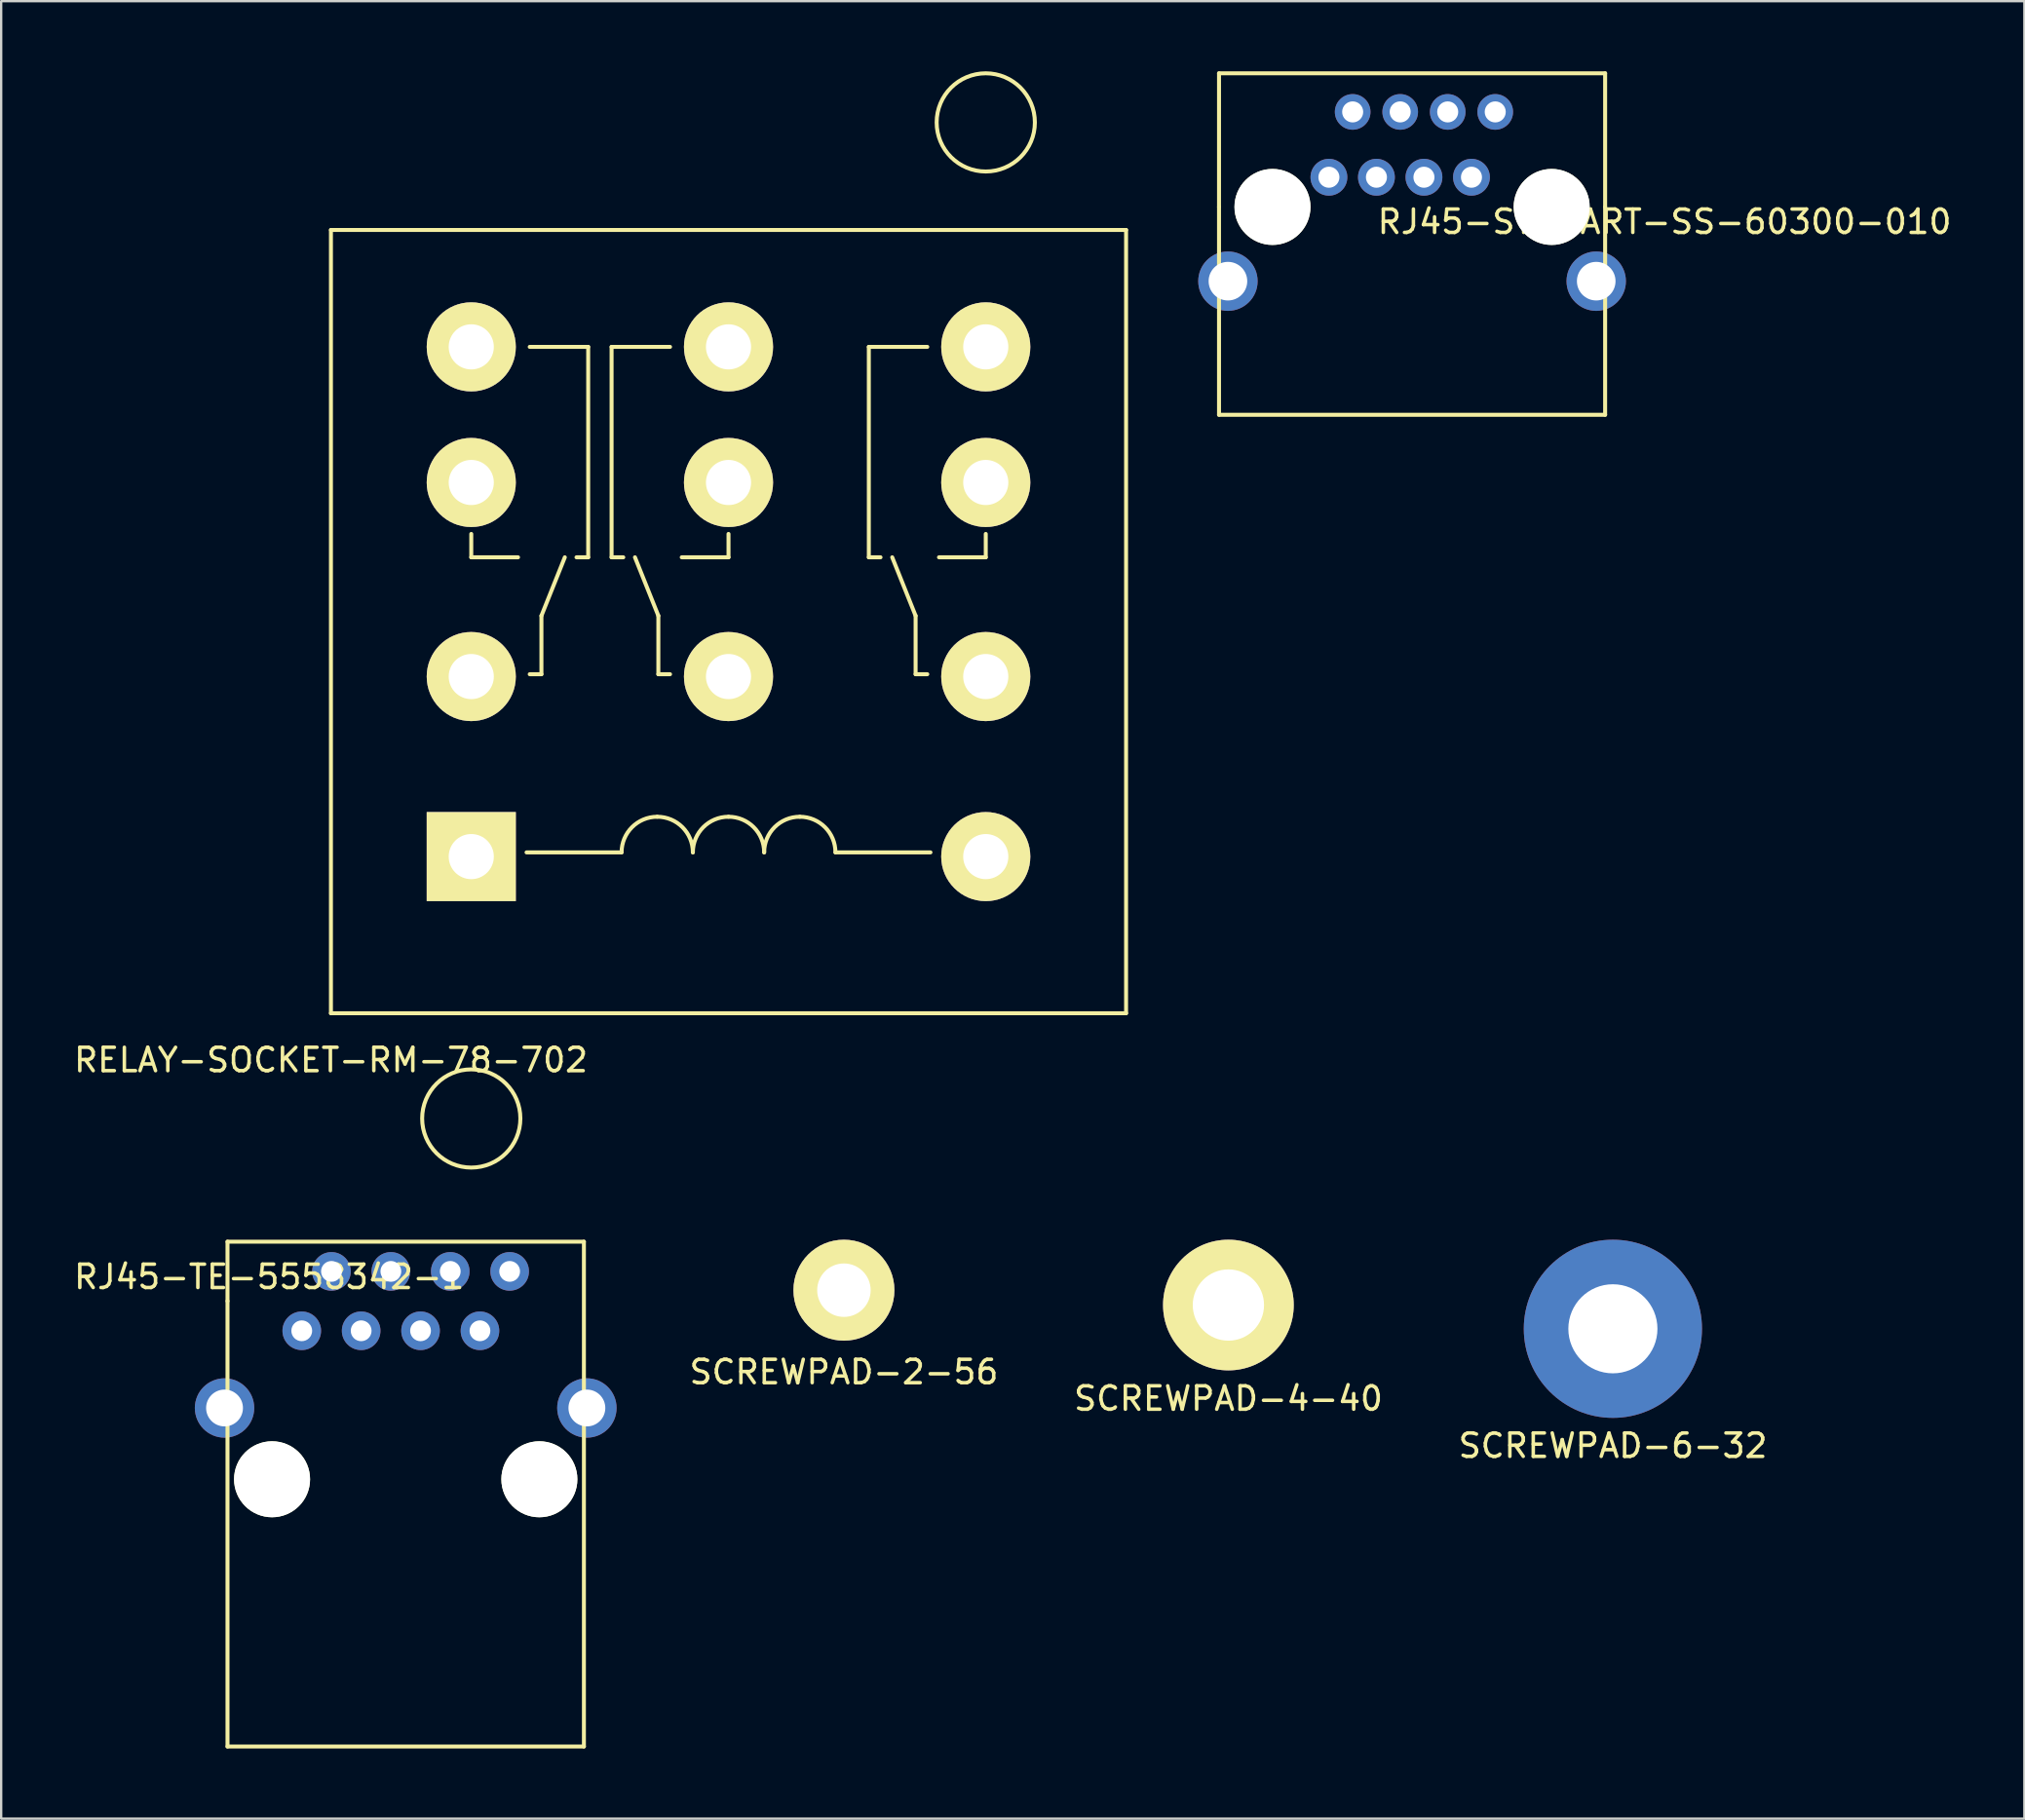
<source format=kicad_pcb>
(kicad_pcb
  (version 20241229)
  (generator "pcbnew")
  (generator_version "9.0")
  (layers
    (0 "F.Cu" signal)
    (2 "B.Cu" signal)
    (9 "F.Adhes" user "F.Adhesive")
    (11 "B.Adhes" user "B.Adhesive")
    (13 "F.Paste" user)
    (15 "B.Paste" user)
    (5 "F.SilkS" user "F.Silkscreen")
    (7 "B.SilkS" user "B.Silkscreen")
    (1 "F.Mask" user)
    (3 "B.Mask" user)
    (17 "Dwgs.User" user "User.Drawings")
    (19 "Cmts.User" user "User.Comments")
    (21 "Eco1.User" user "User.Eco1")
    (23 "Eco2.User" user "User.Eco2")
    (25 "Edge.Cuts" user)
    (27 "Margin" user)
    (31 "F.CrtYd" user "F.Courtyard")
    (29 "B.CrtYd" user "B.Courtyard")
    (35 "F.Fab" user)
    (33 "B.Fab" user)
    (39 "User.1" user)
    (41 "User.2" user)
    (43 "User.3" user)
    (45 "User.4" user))
  (footprint "SCREWPAD-2-56"
    (layer "F.Cu")
    (at 33.036 52.129)
    (property "Reference" "SCREWPAD-2-56" (at 0 3.5 0) (layer "F.SilkS") (effects (font (size 1 1) (thickness 0.15))))
    (attr through_hole)
    (pad "1" thru_hole circle (at 0 0) (size 4.318 4.318) (drill 2.286) (layers "*.Cu" "*.Mask" "F.SilkS")))
  (footprint "RJ45-STEWART-SS-60300-010"
    (layer "F.Cu")
    (at 57.33 4.53)
    (property "Reference" "RJ45-STEWART-SS-60300-010" (at 10.795 1.905 0) (layer "F.SilkS") (effects (font (size 1 1) (thickness 0.15))))
    (attr through_hole)
    (fp_line (start -8.255 -4.445) (end 8.255 -4.445) (stroke (width 0.17) (type solid)) (layer "F.SilkS"))
    (fp_line (start -8.255 1.27) (end -8.255 -4.445) (stroke (width 0.17) (type solid)) (layer "F.SilkS"))
    (fp_line (start -8.255 1.27) (end -8.255 10.16) (stroke (width 0.17) (type solid)) (layer "F.SilkS"))
    (fp_line (start -8.255 10.16) (end 8.255 10.16) (stroke (width 0.17) (type solid)) (layer "F.SilkS"))
    (fp_line (start 8.255 -4.445) (end 8.255 1.27) (stroke (width 0.17) (type solid)) (layer "F.SilkS"))
    (fp_line (start 8.255 10.16) (end 8.255 1.27) (stroke (width 0.17) (type solid)) (layer "F.SilkS"))
    (pad "" np_thru_hole circle (at -5.969 1.27) (size 3.251 3.251) (drill 3.251) (layers "*.Cu" "*.Mask" "F.SilkS"))
    (pad "" np_thru_hole circle (at 5.969 1.27) (size 3.251 3.251) (drill 3.251) (layers "*.Cu" "*.Mask" "F.SilkS"))
    (pad "1" thru_hole circle (at 2.54 0) (size 1.575 1.575) (drill 0.9) (layers "*.Cu" "*.Mask"))
    (pad "2" thru_hole circle (at 3.556 -2.794) (size 1.524 1.524) (drill 0.9) (layers "*.Cu" "*.Mask"))
    (pad "3" thru_hole circle (at 1.524 -2.794) (size 1.524 1.524) (drill 0.9) (layers "*.Cu" "*.Mask"))
    (pad "4" thru_hole circle (at -0.508 -2.794) (size 1.524 1.524) (drill 0.9) (layers "*.Cu" "*.Mask"))
    (pad "5" thru_hole circle (at 0.508 0) (size 1.575 1.575) (drill 0.9) (layers "*.Cu" "*.Mask"))
    (pad "6" thru_hole circle (at -1.524 0) (size 1.575 1.575) (drill 0.9) (layers "*.Cu" "*.Mask"))
    (pad "7" thru_hole circle (at -3.556 0) (size 1.575 1.575) (drill 0.9) (layers "*.Cu" "*.Mask"))
    (pad "8" thru_hole circle (at -2.54 -2.794) (size 1.524 1.524) (drill 0.9) (layers "*.Cu" "*.Mask"))
    (pad "SHLD" thru_hole circle (at -7.874 4.445) (size 2.54 2.54) (drill 1.651) (layers "*.Cu" "*.Mask"))
    (pad "SHLD" thru_hole circle (at 7.874 4.445) (size 2.54 2.54) (drill 1.651) (layers "*.Cu" "*.Mask")))
  (footprint "RJ45-TE-5558342-1"
    (layer "F.Cu")
    (at 14.298 52.595)
    (property "Reference" "RJ45-TE-5558342-1" (at -5.84 -1.035 0) (layer "F.SilkS") (effects (font (size 1 1) (thickness 0.15))))
    (attr through_hole)
    (fp_line (start -7.62 -2.54) (end -7.62 0) (stroke (width 0.17) (type solid)) (layer "F.SilkS"))
    (fp_line (start -7.62 0) (end -7.62 19.05) (stroke (width 0.17) (type solid)) (layer "F.SilkS"))
    (fp_line (start -7.62 19.05) (end 7.62 19.05) (stroke (width 0.17) (type solid)) (layer "F.SilkS"))
    (fp_line (start 7.62 -2.54) (end -7.62 -2.54) (stroke (width 0.17) (type solid)) (layer "F.SilkS"))
    (fp_line (start 7.62 19.05) (end 7.62 -2.54) (stroke (width 0.17) (type solid)) (layer "F.SilkS"))
    (pad "" np_thru_hole circle (at -5.715 7.62) (size 3.251 3.251) (drill 3.251) (layers "*.Cu" "*.Mask" "F.SilkS"))
    (pad "" np_thru_hole circle (at 5.715 7.62) (size 3.251 3.251) (drill 3.251) (layers "*.Cu" "*.Mask" "F.SilkS"))
    (pad "1" thru_hole circle (at -3.175 -1.27) (size 1.651 1.651) (drill 0.889) (layers "*.Cu" "*.Mask"))
    (pad "2" thru_hole circle (at -4.445 1.27) (size 1.651 1.651) (drill 0.889) (layers "*.Cu" "*.Mask"))
    (pad "3" thru_hole circle (at -1.905 1.27) (size 1.651 1.651) (drill 0.889) (layers "*.Cu" "*.Mask"))
    (pad "4" thru_hole circle (at 0.635 1.27) (size 1.651 1.651) (drill 0.889) (layers "*.Cu" "*.Mask"))
    (pad "5" thru_hole circle (at -0.635 -1.27) (size 1.651 1.651) (drill 0.889) (layers "*.Cu" "*.Mask"))
    (pad "6" thru_hole circle (at 1.905 -1.27) (size 1.651 1.651) (drill 0.889) (layers "*.Cu" "*.Mask"))
    (pad "7" thru_hole circle (at 4.445 -1.27) (size 1.651 1.651) (drill 0.889) (layers "*.Cu" "*.Mask"))
    (pad "8" thru_hole circle (at 3.175 1.27) (size 1.651 1.651) (drill 0.889) (layers "*.Cu" "*.Mask"))
    (pad "SHLD" thru_hole circle (at -7.747 4.572) (size 2.54 2.54) (drill 1.575) (layers "*.Cu" "*.Mask"))
    (pad "SHLD" thru_hole circle (at 7.747 4.572) (size 2.54 2.54) (drill 1.575) (layers "*.Cu" "*.Mask")))
  (footprint "SCREWPAD-6-32"
    (layer "F.Cu")
    (at 65.917 53.78)
    (property "Reference" "SCREWPAD-6-32" (at 0 5 0) (layer "F.SilkS") (effects (font (size 1 1) (thickness 0.15))))
    (attr through_hole)
    (pad "1" thru_hole circle (at 0 0) (size 7.62 7.62) (drill 3.81) (layers "*.Cu" "*.Mask")))
  (footprint "SCREWPAD-4-40"
    (layer "F.Cu")
    (at 49.476 52.764)
    (property "Reference" "SCREWPAD-4-40" (at 0 4 0) (layer "F.SilkS") (effects (font (size 1 1) (thickness 0.15))))
    (attr through_hole)
    (pad "1" thru_hole circle (at 0 0) (size 5.588 5.588) (drill 3.048) (layers "*.Cu" "*.Mask" "F.SilkS")))
  (footprint "RELAY-SOCKET-RM-78-702"
    (layer "F.Cu")
    (at 17.101 44.785)
    (property "Reference" "RELAY-SOCKET-RM-78-702" (at -6 -2.5 0) (layer "F.SilkS") (effects (font (size 1 1) (thickness 0.15))))
    (attr through_hole)
    (fp_line (start -6 -38) (end -6 -4.5) (stroke (width 0.17) (type solid)) (layer "F.SilkS"))
    (fp_line (start -6 -4.5) (end 28 -4.5) (stroke (width 0.17) (type solid)) (layer "F.SilkS"))
    (fp_line (start 0 -25) (end 0 -24) (stroke (width 0.17) (type solid)) (layer "F.SilkS"))
    (fp_line (start 0 -24) (end 2 -24) (stroke (width 0.17) (type solid)) (layer "F.SilkS"))
    (fp_line (start 2.5 -19) (end 3 -19) (stroke (width 0.17) (type solid)) (layer "F.SilkS"))
    (fp_line (start 3 -21.5) (end 4 -24) (stroke (width 0.17) (type solid)) (layer "F.SilkS"))
    (fp_line (start 3 -19) (end 3 -21.5) (stroke (width 0.17) (type solid)) (layer "F.SilkS"))
    (fp_line (start 4.5 -24) (end 5 -24) (stroke (width 0.17) (type solid)) (layer "F.SilkS"))
    (fp_line (start 5 -33) (end 2.5 -33) (stroke (width 0.17) (type solid)) (layer "F.SilkS"))
    (fp_line (start 5 -24) (end 5 -33) (stroke (width 0.17) (type solid)) (layer "F.SilkS"))
    (fp_line (start 6 -33) (end 8.5 -33) (stroke (width 0.17) (type solid)) (layer "F.SilkS"))
    (fp_line (start 6 -24) (end 6 -33) (stroke (width 0.17) (type solid)) (layer "F.SilkS"))
    (fp_line (start 6.428 -11.38) (end 2.364 -11.38) (stroke (width 0.17) (type solid)) (layer "F.SilkS"))
    (fp_line (start 6.5 -24) (end 6 -24) (stroke (width 0.17) (type solid)) (layer "F.SilkS"))
    (fp_line (start 8 -21.5) (end 7 -24) (stroke (width 0.17) (type solid)) (layer "F.SilkS"))
    (fp_line (start 8 -19) (end 8 -21.5) (stroke (width 0.17) (type solid)) (layer "F.SilkS"))
    (fp_line (start 8.5 -19) (end 8 -19) (stroke (width 0.17) (type solid)) (layer "F.SilkS"))
    (fp_line (start 9 -24) (end 11 -24) (stroke (width 0.17) (type solid)) (layer "F.SilkS"))
    (fp_line (start 11 -24) (end 11 -25) (stroke (width 0.17) (type solid)) (layer "F.SilkS"))
    (fp_line (start 15.572 -11.38) (end 19.636 -11.38) (stroke (width 0.17) (type solid)) (layer "F.SilkS"))
    (fp_line (start 17 -33) (end 17 -24) (stroke (width 0.17) (type solid)) (layer "F.SilkS"))
    (fp_line (start 17 -24) (end 17.5 -24) (stroke (width 0.17) (type solid)) (layer "F.SilkS"))
    (fp_line (start 18 -24) (end 19 -21.5) (stroke (width 0.17) (type solid)) (layer "F.SilkS"))
    (fp_line (start 19 -21.5) (end 19 -19) (stroke (width 0.17) (type solid)) (layer "F.SilkS"))
    (fp_line (start 19 -19) (end 19.5 -19) (stroke (width 0.17) (type solid)) (layer "F.SilkS"))
    (fp_line (start 19.5 -33) (end 17 -33) (stroke (width 0.17) (type solid)) (layer "F.SilkS"))
    (fp_line (start 22 -25) (end 22 -24) (stroke (width 0.17) (type solid)) (layer "F.SilkS"))
    (fp_line (start 22 -24) (end 20 -24) (stroke (width 0.17) (type solid)) (layer "F.SilkS"))
    (fp_line (start 28 -38) (end -6 -38) (stroke (width 0.17) (type solid)) (layer "F.SilkS"))
    (fp_line (start 28 -4.5) (end 28 -38) (stroke (width 0.17) (type solid)) (layer "F.SilkS"))
    (fp_arc (start 6.428 -11.38) (mid 6.874369 -12.457631) (end 7.952 -12.904) (stroke (width 0.17) (type solid)) (layer "F.SilkS"))
    (fp_arc (start 7.952 -12.904) (mid 9.029631 -12.457631) (end 9.476 -11.38) (stroke (width 0.17) (type solid)) (layer "F.SilkS"))
    (fp_arc (start 9.476 -11.38) (mid 9.922369 -12.457631) (end 11 -12.904) (stroke (width 0.17) (type solid)) (layer "F.SilkS"))
    (fp_arc (start 11 -12.904) (mid 12.077631 -12.457631) (end 12.524 -11.38) (stroke (width 0.17) (type solid)) (layer "F.SilkS"))
    (fp_arc (start 12.524 -11.38) (mid 12.970369 -12.457631) (end 14.048 -12.904) (stroke (width 0.17) (type solid)) (layer "F.SilkS"))
    (fp_arc (start 14.048 -12.904) (mid 15.125631 -12.457631) (end 15.572 -11.38) (stroke (width 0.17) (type solid)) (layer "F.SilkS"))
    (fp_circle (center 0 0) (end 0 2.1) (stroke (width 0.17) (type solid)) (fill no) (layer "F.SilkS"))
    (fp_circle (center 22 -42.6) (end 22 -44.7) (stroke (width 0.17) (type solid)) (fill no) (layer "F.SilkS"))
    (pad "1" thru_hole rect (at 0 -11.2) (size 3.81 3.81) (drill 1.93) (layers "*.Cu" "*.Mask" "F.SilkS"))
    (pad "2" thru_hole circle (at 22 -11.2) (size 3.81 3.81) (drill 1.93) (layers "*.Cu" "*.Mask" "F.SilkS"))
    (pad "3" thru_hole circle (at 0 -33) (size 3.81 3.81) (drill 1.93) (layers "*.Cu" "*.Mask" "F.SilkS"))
    (pad "4" thru_hole circle (at 0 -18.9) (size 3.81 3.81) (drill 1.93) (layers "*.Cu" "*.Mask" "F.SilkS"))
    (pad "5" thru_hole circle (at 0 -27.2) (size 3.81 3.81) (drill 1.93) (layers "*.Cu" "*.Mask" "F.SilkS"))
    (pad "6" thru_hole circle (at 22 -33) (size 3.81 3.81) (drill 1.93) (layers "*.Cu" "*.Mask" "F.SilkS"))
    (pad "7" thru_hole circle (at 22 -18.9) (size 3.81 3.81) (drill 1.93) (layers "*.Cu" "*.Mask" "F.SilkS"))
    (pad "8" thru_hole circle (at 22 -27.2) (size 3.81 3.81) (drill 1.93) (layers "*.Cu" "*.Mask" "F.SilkS"))
    (pad "9" thru_hole circle (at 11 -33) (size 3.81 3.81) (drill 1.93) (layers "*.Cu" "*.Mask" "F.SilkS"))
    (pad "10" thru_hole circle (at 11 -18.9) (size 3.81 3.81) (drill 1.93) (layers "*.Cu" "*.Mask" "F.SilkS"))
    (pad "11" thru_hole circle (at 11 -27.2) (size 3.81 3.81) (drill 1.93) (layers "*.Cu" "*.Mask" "F.SilkS")))
  (gr_rect
    (start -3 -3)
    (end 83.512 74.73)
    (stroke (width 0.1) (type default))
    (fill no)
    (layer "Edge.Cuts")))
</source>
